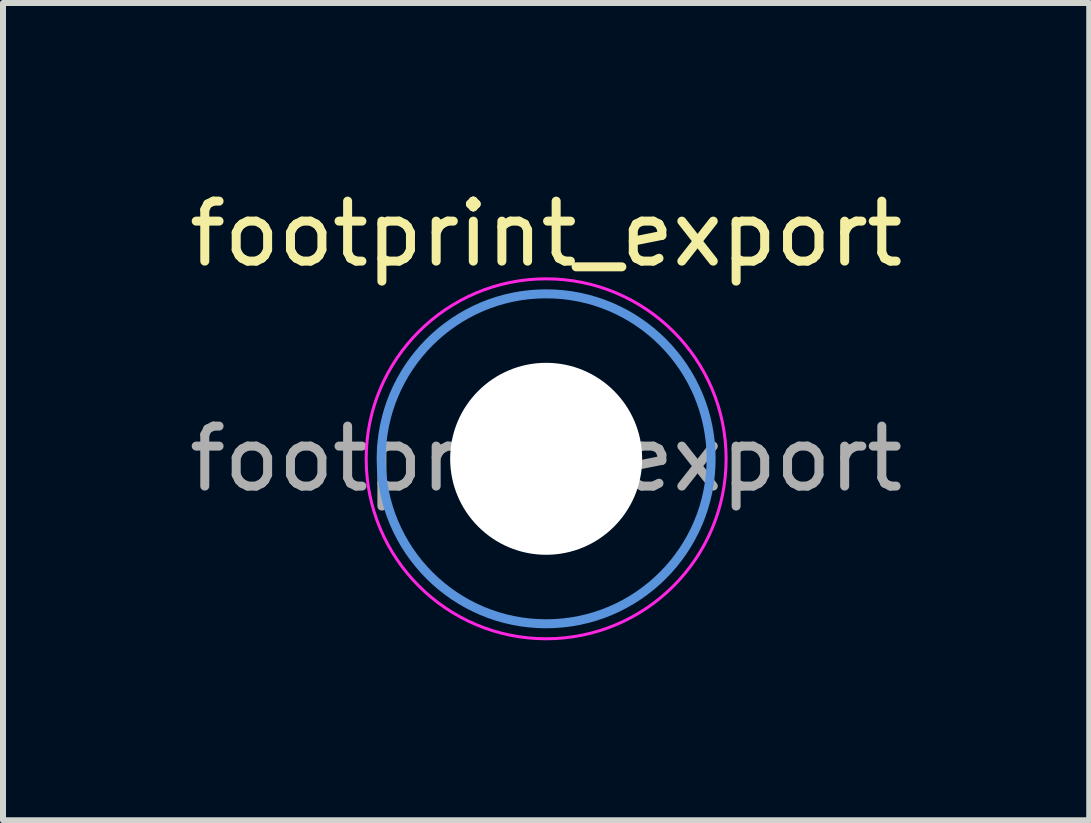
<source format=kicad_pcb>
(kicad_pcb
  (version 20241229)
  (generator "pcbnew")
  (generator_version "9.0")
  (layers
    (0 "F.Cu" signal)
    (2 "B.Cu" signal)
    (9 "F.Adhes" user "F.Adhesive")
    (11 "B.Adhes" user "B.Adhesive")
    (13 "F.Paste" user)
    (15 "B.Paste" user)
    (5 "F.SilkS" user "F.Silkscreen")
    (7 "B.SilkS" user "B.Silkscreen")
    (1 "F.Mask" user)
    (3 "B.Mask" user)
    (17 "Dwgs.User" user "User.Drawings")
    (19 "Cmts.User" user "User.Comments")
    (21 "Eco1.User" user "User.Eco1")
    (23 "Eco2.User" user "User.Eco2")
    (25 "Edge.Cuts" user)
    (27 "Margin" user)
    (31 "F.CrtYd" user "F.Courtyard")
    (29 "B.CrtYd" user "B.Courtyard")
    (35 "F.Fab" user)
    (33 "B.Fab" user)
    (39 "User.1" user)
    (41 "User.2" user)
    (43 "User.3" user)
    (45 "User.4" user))
  (footprint "footprint_export"
    (layer "F.Cu")
    (at 6.054 4.598)
    (property "Reference" "footprint_export" (at 0 -3.75 0) (layer "F.SilkS") (effects (font (size 1 1) (thickness 0.15))))
    (attr exclude_from_pos_files exclude_from_bom)
    (fp_circle (center 0 0) (end 2.75 0) (stroke (width 0.15) (type solid)) (fill no) (layer "Cmts.User"))
    (fp_circle (center 0 0) (end 3 0) (stroke (width 0.05) (type solid)) (fill no) (layer "F.CrtYd"))
    (fp_text user "${REFERENCE}" (at 0 0 0) (layer "F.Fab") (effects (font (size 1 1) (thickness 0.15))))
    (pad "" np_thru_hole circle (at 0 0) (size 3.2 3.2) (drill 3.2) (layers "*.Cu" "*.Mask")))
  (gr_rect
    (start -3 -3)
    (end 15.107 10.623)
    (stroke (width 0.1) (type default))
    (fill no)
    (layer "Edge.Cuts")))
</source>
